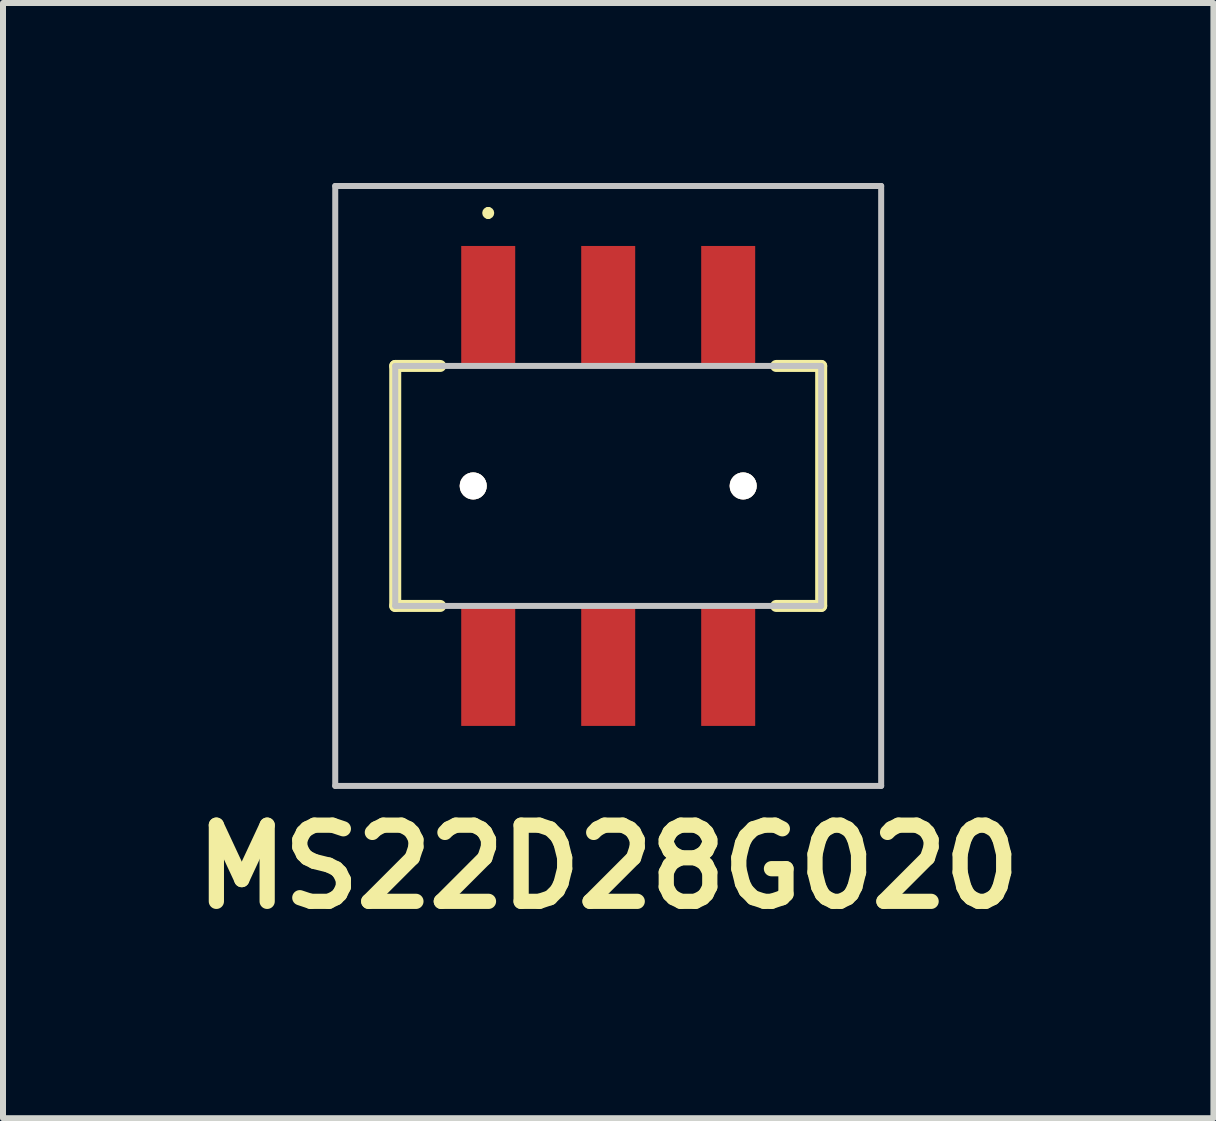
<source format=kicad_pcb>
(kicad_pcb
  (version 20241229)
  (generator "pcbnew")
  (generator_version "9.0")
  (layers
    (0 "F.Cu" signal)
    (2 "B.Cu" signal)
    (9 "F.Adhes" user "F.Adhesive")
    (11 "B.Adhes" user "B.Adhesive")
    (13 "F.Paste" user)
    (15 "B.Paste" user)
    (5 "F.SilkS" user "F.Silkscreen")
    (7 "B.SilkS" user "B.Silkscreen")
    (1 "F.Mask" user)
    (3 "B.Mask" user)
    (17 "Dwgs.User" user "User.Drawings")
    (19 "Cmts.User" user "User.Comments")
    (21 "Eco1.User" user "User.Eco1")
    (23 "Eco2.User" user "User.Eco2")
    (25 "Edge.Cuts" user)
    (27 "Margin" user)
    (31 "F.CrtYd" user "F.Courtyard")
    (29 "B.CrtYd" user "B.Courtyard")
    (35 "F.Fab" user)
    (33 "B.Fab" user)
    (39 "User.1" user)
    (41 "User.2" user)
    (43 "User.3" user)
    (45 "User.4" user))
  (footprint "MS22D28G020"
    (layer "F.Cu")
    (at 7.088 5.05)
    (property "Reference" "MS22D28G020" (at 0 6.35 0) (unlocked yes) (layer "F.SilkS") (effects (font (size 1.27 1.27) (thickness 0.254))))
    (attr through_hole exclude_from_pos_files)
    (fp_line (start -3.55 -2) (end -3.55 2) (stroke (width 0.2) (type solid)) (layer "F.SilkS"))
    (fp_line (start -3.55 2) (end -2.8 2) (stroke (width 0.2) (type solid)) (layer "F.SilkS"))
    (fp_line (start -2.8 -2) (end -3.55 -2) (stroke (width 0.2) (type solid)) (layer "F.SilkS"))
    (fp_line (start -2 -4.6) (end -2 -4.6) (stroke (width 0.1) (type solid)) (layer "F.SilkS"))
    (fp_line (start -2 -4.5) (end -2 -4.5) (stroke (width 0.1) (type solid)) (layer "F.SilkS"))
    (fp_line (start 2.8 2) (end 3.55 2) (stroke (width 0.2) (type solid)) (layer "F.SilkS"))
    (fp_line (start 3.55 -2) (end 2.8 -2) (stroke (width 0.2) (type solid)) (layer "F.SilkS"))
    (fp_line (start 3.55 2) (end 3.55 -2) (stroke (width 0.2) (type solid)) (layer "F.SilkS"))
    (fp_arc (start -2 -4.6) (mid -1.95 -4.55) (end -2 -4.5) (stroke (width 0.1) (type solid)) (layer "F.SilkS"))
    (fp_arc (start -2 -4.5) (mid -2.05 -4.55) (end -2 -4.6) (stroke (width 0.1) (type solid)) (layer "F.SilkS"))
    (fp_line (start -4.55 -5) (end 4.55 -5) (stroke (width 0.1) (type solid)) (layer "Dwgs.User"))
    (fp_line (start -4.55 5) (end -4.55 -5) (stroke (width 0.1) (type solid)) (layer "Dwgs.User"))
    (fp_line (start -3.55 -2) (end -3.55 2) (stroke (width 0.1) (type solid)) (layer "Dwgs.User"))
    (fp_line (start -3.55 2) (end 3.55 2) (stroke (width 0.1) (type solid)) (layer "Dwgs.User"))
    (fp_line (start 3.55 -2) (end -3.55 -2) (stroke (width 0.1) (type solid)) (layer "Dwgs.User"))
    (fp_line (start 3.55 2) (end 3.55 -2) (stroke (width 0.1) (type solid)) (layer "Dwgs.User"))
    (fp_line (start 4.55 -5) (end 4.55 5) (stroke (width 0.1) (type solid)) (layer "Dwgs.User"))
    (fp_line (start 4.55 5) (end -4.55 5) (stroke (width 0.1) (type solid)) (layer "Dwgs.User"))
    (pad "1" smd rect (at -2 -3) (size 0.9 2) (layers "F.Cu" "F.Mask" "F.Paste"))
    (pad "2" smd rect (at 0 -3) (size 0.9 2) (layers "F.Cu" "F.Mask" "F.Paste"))
    (pad "3" smd rect (at 2 -3) (size 0.9 2) (layers "F.Cu" "F.Mask" "F.Paste"))
    (pad "4" smd rect (at -2 3) (size 0.9 2) (layers "F.Cu" "F.Mask" "F.Paste"))
    (pad "5" smd rect (at 0 3) (size 0.9 2) (layers "F.Cu" "F.Mask" "F.Paste"))
    (pad "6" smd rect (at 2 3) (size 0.9 2) (layers "F.Cu" "F.Mask" "F.Paste"))
    (pad "MH1" thru_hole circle (at -2.25 0 90) (size 0.45 0.45) (drill 0.9) (layers "*.Cu" "*.Mask" "F.SilkS"))
    (pad "MH2" thru_hole circle (at 2.25 0 90) (size 0.45 0.45) (drill 0.9) (layers "*.Cu" "*.Mask" "F.SilkS")))
  (gr_rect
    (start -3 -3)
    (end 17.176 15.589)
    (stroke (width 0.1) (type default))
    (fill no)
    (layer "Edge.Cuts")))
</source>
